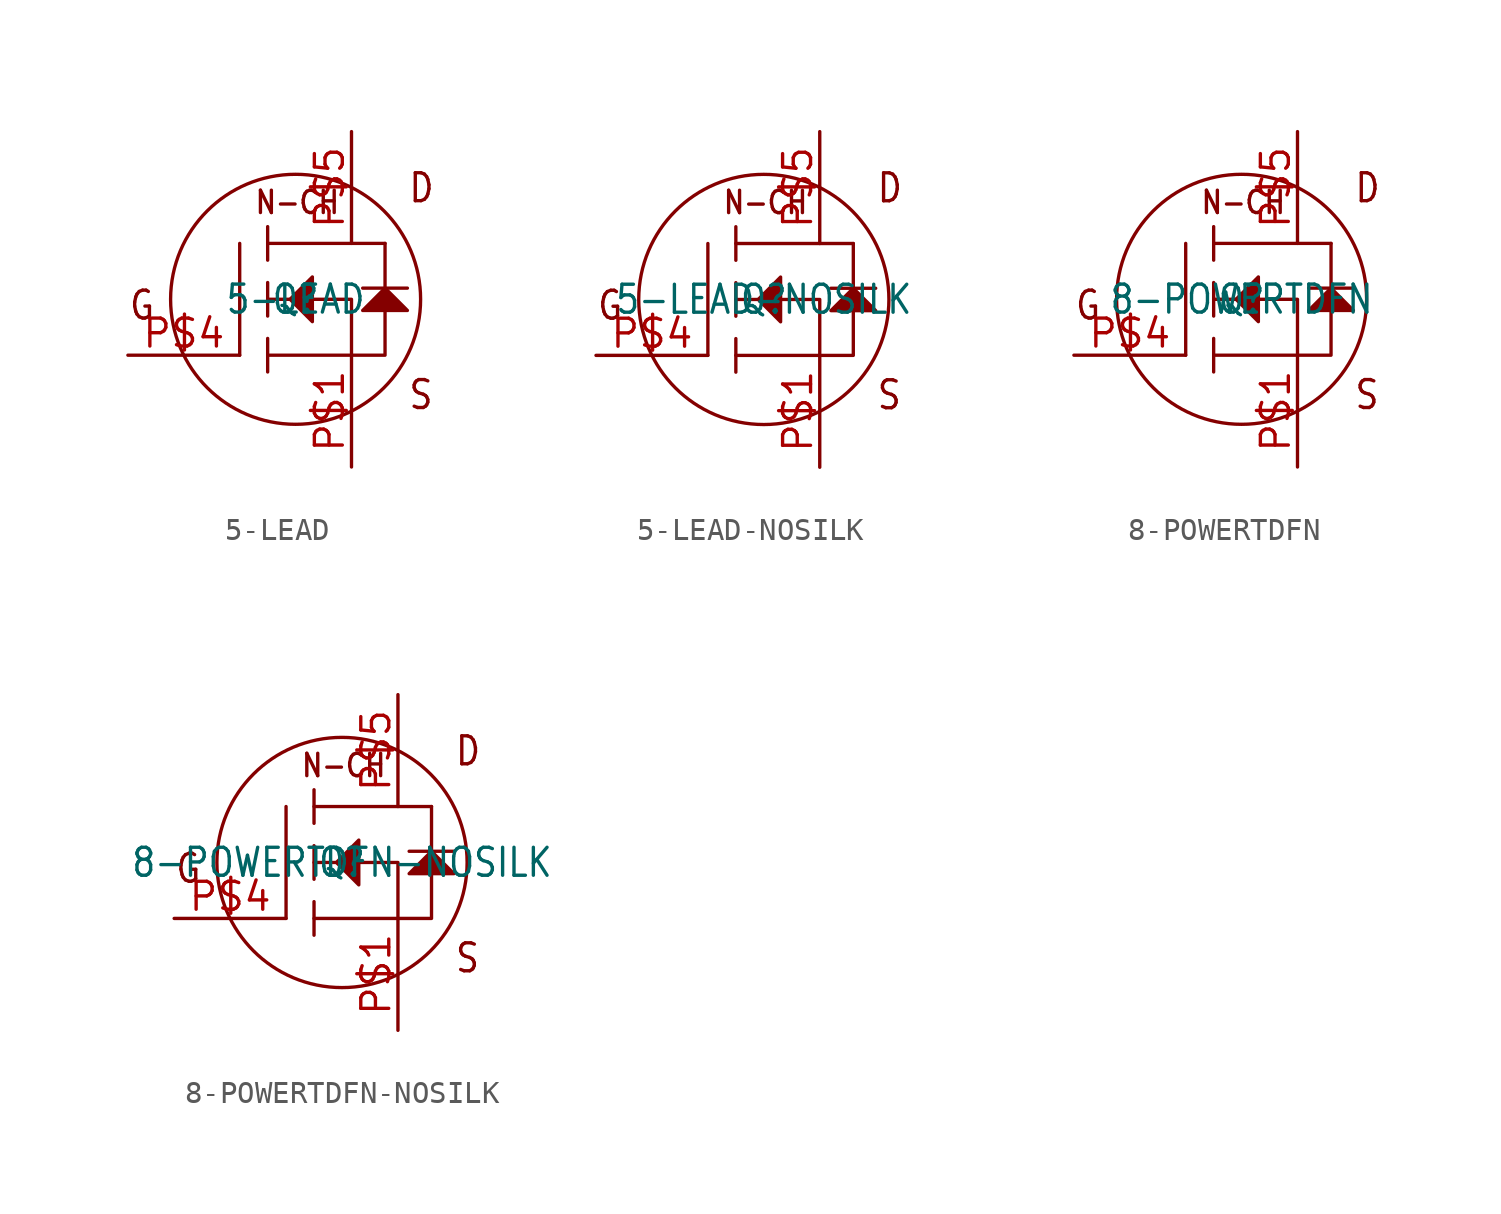
<source format=kicad_sym>
(kicad_symbol_lib
  (version 20211014)
  (generator kicad_symbol_editor)
  (symbol "5-LEAD"
    (pin_names
      (offset 1.016) hide)
    (property "Reference" "Q"
      (at 0 0 0)
      (effects (font (size 1.27 1.086))))
    (property "Value" "5-LEAD"
      (at 0 0 0)
      (effects (font (size 1.27 1.086))))
    (symbol "5-LEAD_0_0"
      (text "G" (at -7.62 -1.016 0) (effects (font (size 1.27 1.086)) (justify left bottom)))
      (text "D" (at 5.08 4.318 0) (effects (font (size 1.27 1.086)) (justify left bottom)))
      (text "S" (at 5.08 -5.08 0) (effects (font (size 1.27 1.086)) (justify left bottom)))
      (text "N-CH" (at -1.905 3.81 0) (effects (font (size 1.016 0.869)) (justify left bottom))))
    (symbol "5-LEAD_0_1"
      (polyline (pts (xy -0.254 0) (xy 0.762 1.016) (xy 0.762 -1.016) (xy -0.254 0)) (stroke (width 0.152) (type default) (color 0 0 0 0)) (fill (type outline)))
      (polyline (pts (xy 3.048 -0.508) (xy 5.08 -0.508) (xy 4.064 0.508) (xy 3.048 -0.508)) (stroke (width 0.152) (type default) (color 0 0 0 0)) (fill (type outline)))
      (polyline (pts (xy -2.54 -2.54) (xy -2.54 2.54)) (stroke (width 0.152) (type default) (color 0 0 0 0)))
      (polyline (pts (xy 2.54 -2.54) (xy -1.27 -2.54)) (stroke (width 0.152) (type default) (color 0 0 0 0)))
      (polyline (pts (xy 2.54 -2.54) (xy 2.54 0.0) (xy -1.27 0.0)) (stroke (width 0.152) (type default) (color 0 0 0 0)))
      (polyline (pts (xy 4.064 2.54) (xy -1.27 2.54)) (stroke (width 0.152) (type default) (color 0 0 0 0)))
      (polyline (pts (xy -1.27 3.302) (xy -1.27 1.778)) (stroke (width 0.152) (type default) (color 0 0 0 0)))
      (polyline (pts (xy -1.27 0.762) (xy -1.27 -0.762)) (stroke (width 0.152) (type default) (color 0 0 0 0)))
      (polyline (pts (xy -1.27 -1.778) (xy -1.27 -3.302)) (stroke (width 0.152) (type default) (color 0 0 0 0)))
      (polyline (pts (xy 2.54 -2.54) (xy 4.064 -2.54) (xy 4.064 2.54)) (stroke (width 0.152) (type default) (color 0 0 0 0)))
      (polyline (pts (xy 3.048 0.508) (xy 5.08 0.508)) (stroke (width 0.152) (type default) (color 0 0 0 0)))
      (circle (center 0 0) (radius 5.68) (stroke (width 0.152) (type default) (color 0 0 0 0))))
    (symbol "5-LEAD_1_1"
      (pin bidirectional line (at -7.62 -2.54 0) (length 5.08) (name "GATE" (effects (font (size 1.27 1.086)))) (number "P$4" (effects (font (size 1.27 1.086)))))
      (pin bidirectional line (at 2.54 -7.62 90) (length 5.08) (name "SOURCE" (effects (font (size 1.27 1.086)))) (number "P$1" (effects (font (size 1.27 1.086)))))
      (pin bidirectional line (at 2.54 -7.62 90) (length 5.08) hide (name "SOURCE" (effects (font (size 1.27 1.086)))) (number "P$2" (effects (font (size 1.27 1.086)))))
      (pin bidirectional line (at 2.54 -7.62 90) (length 5.08) hide (name "SOURCE" (effects (font (size 1.27 1.086)))) (number "P$3" (effects (font (size 1.27 1.086)))))
      (pin bidirectional line (at 2.54 7.62 270) (length 5.08) (name "DRAIN" (effects (font (size 1.27 1.086)))) (number "P$5" (effects (font (size 1.27 1.086)))))
      (pin bidirectional line (at 2.54 7.62 270) (length 5.08) hide (name "DRAIN" (effects (font (size 1.27 1.086)))) (number "P$8" (effects (font (size 1.27 1.086)))))
      (pin bidirectional line (at 2.54 7.62 270) (length 5.08) hide (name "DRAIN" (effects (font (size 1.27 1.086)))) (number "TAB" (effects (font (size 1.27 1.086)))))
      (pin bidirectional line (at 2.54 7.62 270) (length 5.08) hide (name "DRAIN" (effects (font (size 1.27 1.086)))) (number "TAB$1" (effects (font (size 1.27 1.086)))))
      (pin bidirectional line (at 2.54 7.62 270) (length 5.08) hide (name "DRAIN" (effects (font (size 1.27 1.086)))) (number "TAB$2" (effects (font (size 1.27 1.086)))))))
  (symbol "5-LEAD-NOSILK"
    (pin_names
      (offset 1.016) hide)
    (property "Reference" "Q"
      (at 0 0 0)
      (effects (font (size 1.27 1.086))))
    (property "Value" "5-LEAD-NOSILK"
      (at 0 0 0)
      (effects (font (size 1.27 1.086))))
    (symbol "5-LEAD-NOSILK_0_0"
      (text "G" (at -7.62 -1.016 0) (effects (font (size 1.27 1.086)) (justify left bottom)))
      (text "D" (at 5.08 4.318 0) (effects (font (size 1.27 1.086)) (justify left bottom)))
      (text "S" (at 5.08 -5.08 0) (effects (font (size 1.27 1.086)) (justify left bottom)))
      (text "N-CH" (at -1.905 3.81 0) (effects (font (size 1.016 0.869)) (justify left bottom))))
    (symbol "5-LEAD-NOSILK_0_1"
      (polyline (pts (xy -0.254 0) (xy 0.762 1.016) (xy 0.762 -1.016) (xy -0.254 0)) (stroke (width 0.152) (type default) (color 0 0 0 0)) (fill (type outline)))
      (polyline (pts (xy 3.048 -0.508) (xy 5.08 -0.508) (xy 4.064 0.508) (xy 3.048 -0.508)) (stroke (width 0.152) (type default) (color 0 0 0 0)) (fill (type outline)))
      (polyline (pts (xy -2.54 -2.54) (xy -2.54 2.54)) (stroke (width 0.152) (type default) (color 0 0 0 0)))
      (polyline (pts (xy 2.54 -2.54) (xy -1.27 -2.54)) (stroke (width 0.152) (type default) (color 0 0 0 0)))
      (polyline (pts (xy 2.54 -2.54) (xy 2.54 0.0) (xy -1.27 0.0)) (stroke (width 0.152) (type default) (color 0 0 0 0)))
      (polyline (pts (xy 4.064 2.54) (xy -1.27 2.54)) (stroke (width 0.152) (type default) (color 0 0 0 0)))
      (polyline (pts (xy -1.27 3.302) (xy -1.27 1.778)) (stroke (width 0.152) (type default) (color 0 0 0 0)))
      (polyline (pts (xy -1.27 0.762) (xy -1.27 -0.762)) (stroke (width 0.152) (type default) (color 0 0 0 0)))
      (polyline (pts (xy -1.27 -1.778) (xy -1.27 -3.302)) (stroke (width 0.152) (type default) (color 0 0 0 0)))
      (polyline (pts (xy 2.54 -2.54) (xy 4.064 -2.54) (xy 4.064 2.54)) (stroke (width 0.152) (type default) (color 0 0 0 0)))
      (polyline (pts (xy 3.048 0.508) (xy 5.08 0.508)) (stroke (width 0.152) (type default) (color 0 0 0 0)))
      (circle (center 0 0) (radius 5.68) (stroke (width 0.152) (type default) (color 0 0 0 0))))
    (symbol "5-LEAD-NOSILK_1_1"
      (pin bidirectional line (at -7.62 -2.54 0) (length 5.08) (name "GATE" (effects (font (size 1.27 1.086)))) (number "P$4" (effects (font (size 1.27 1.086)))))
      (pin bidirectional line (at 2.54 -7.62 90) (length 5.08) (name "SOURCE" (effects (font (size 1.27 1.086)))) (number "P$1" (effects (font (size 1.27 1.086)))))
      (pin bidirectional line (at 2.54 -7.62 90) (length 5.08) hide (name "SOURCE" (effects (font (size 1.27 1.086)))) (number "P$2" (effects (font (size 1.27 1.086)))))
      (pin bidirectional line (at 2.54 -7.62 90) (length 5.08) hide (name "SOURCE" (effects (font (size 1.27 1.086)))) (number "P$3" (effects (font (size 1.27 1.086)))))
      (pin bidirectional line (at 2.54 7.62 270) (length 5.08) (name "DRAIN" (effects (font (size 1.27 1.086)))) (number "P$5" (effects (font (size 1.27 1.086)))))
      (pin bidirectional line (at 2.54 7.62 270) (length 5.08) hide (name "DRAIN" (effects (font (size 1.27 1.086)))) (number "P$8" (effects (font (size 1.27 1.086)))))
      (pin bidirectional line (at 2.54 7.62 270) (length 5.08) hide (name "DRAIN" (effects (font (size 1.27 1.086)))) (number "TAB" (effects (font (size 1.27 1.086)))))
      (pin bidirectional line (at 2.54 7.62 270) (length 5.08) hide (name "DRAIN" (effects (font (size 1.27 1.086)))) (number "TAB$1" (effects (font (size 1.27 1.086)))))
      (pin bidirectional line (at 2.54 7.62 270) (length 5.08) hide (name "DRAIN" (effects (font (size 1.27 1.086)))) (number "TAB$2" (effects (font (size 1.27 1.086)))))))
  (symbol "8-POWERTDFN"
    (pin_names
      (offset 1.016) hide)
    (property "Reference" "Q"
      (at 0 0 0)
      (effects (font (size 1.27 1.086))))
    (property "Value" "8-POWERTDFN"
      (at 0 0 0)
      (effects (font (size 1.27 1.086))))
    (symbol "8-POWERTDFN_0_0"
      (text "G" (at -7.62 -1.016 0) (effects (font (size 1.27 1.086)) (justify left bottom)))
      (text "D" (at 5.08 4.318 0) (effects (font (size 1.27 1.086)) (justify left bottom)))
      (text "S" (at 5.08 -5.08 0) (effects (font (size 1.27 1.086)) (justify left bottom)))
      (text "N-CH" (at -1.905 3.81 0) (effects (font (size 1.016 0.869)) (justify left bottom))))
    (symbol "8-POWERTDFN_0_1"
      (polyline (pts (xy -0.254 0) (xy 0.762 1.016) (xy 0.762 -1.016) (xy -0.254 0)) (stroke (width 0.152) (type default) (color 0 0 0 0)) (fill (type outline)))
      (polyline (pts (xy 3.048 -0.508) (xy 5.08 -0.508) (xy 4.064 0.508) (xy 3.048 -0.508)) (stroke (width 0.152) (type default) (color 0 0 0 0)) (fill (type outline)))
      (polyline (pts (xy -2.54 -2.54) (xy -2.54 2.54)) (stroke (width 0.152) (type default) (color 0 0 0 0)))
      (polyline (pts (xy 2.54 -2.54) (xy -1.27 -2.54)) (stroke (width 0.152) (type default) (color 0 0 0 0)))
      (polyline (pts (xy 2.54 -2.54) (xy 2.54 0.0) (xy -1.27 0.0)) (stroke (width 0.152) (type default) (color 0 0 0 0)))
      (polyline (pts (xy 4.064 2.54) (xy -1.27 2.54)) (stroke (width 0.152) (type default) (color 0 0 0 0)))
      (polyline (pts (xy -1.27 3.302) (xy -1.27 1.778)) (stroke (width 0.152) (type default) (color 0 0 0 0)))
      (polyline (pts (xy -1.27 0.762) (xy -1.27 -0.762)) (stroke (width 0.152) (type default) (color 0 0 0 0)))
      (polyline (pts (xy -1.27 -1.778) (xy -1.27 -3.302)) (stroke (width 0.152) (type default) (color 0 0 0 0)))
      (polyline (pts (xy 2.54 -2.54) (xy 4.064 -2.54) (xy 4.064 2.54)) (stroke (width 0.152) (type default) (color 0 0 0 0)))
      (polyline (pts (xy 3.048 0.508) (xy 5.08 0.508)) (stroke (width 0.152) (type default) (color 0 0 0 0)))
      (circle (center 0 0) (radius 5.68) (stroke (width 0.152) (type default) (color 0 0 0 0))))
    (symbol "8-POWERTDFN_1_1"
      (pin bidirectional line (at -7.62 -2.54 0) (length 5.08) (name "GATE" (effects (font (size 1.27 1.086)))) (number "P$4" (effects (font (size 1.27 1.086)))))
      (pin bidirectional line (at 2.54 -7.62 90) (length 5.08) (name "SOURCE" (effects (font (size 1.27 1.086)))) (number "P$1" (effects (font (size 1.27 1.086)))))
      (pin bidirectional line (at 2.54 -7.62 90) (length 5.08) hide (name "SOURCE" (effects (font (size 1.27 1.086)))) (number "P$2" (effects (font (size 1.27 1.086)))))
      (pin bidirectional line (at 2.54 -7.62 90) (length 5.08) hide (name "SOURCE" (effects (font (size 1.27 1.086)))) (number "P$3" (effects (font (size 1.27 1.086)))))
      (pin bidirectional line (at 2.54 7.62 270) (length 5.08) (name "DRAIN" (effects (font (size 1.27 1.086)))) (number "P$5" (effects (font (size 1.27 1.086)))))
      (pin bidirectional line (at 2.54 7.62 270) (length 5.08) hide (name "DRAIN" (effects (font (size 1.27 1.086)))) (number "P$6" (effects (font (size 1.27 1.086)))))
      (pin bidirectional line (at 2.54 7.62 270) (length 5.08) hide (name "DRAIN" (effects (font (size 1.27 1.086)))) (number "P$7" (effects (font (size 1.27 1.086)))))
      (pin bidirectional line (at 2.54 7.62 270) (length 5.08) hide (name "DRAIN" (effects (font (size 1.27 1.086)))) (number "P$8" (effects (font (size 1.27 1.086)))))
      (pin bidirectional line (at 2.54 7.62 270) (length 5.08) hide (name "DRAIN" (effects (font (size 1.27 1.086)))) (number "TAB" (effects (font (size 1.27 1.086)))))))
  (symbol "8-POWERTDFN-NOSILK"
    (pin_names
      (offset 1.016) hide)
    (property "Reference" "Q"
      (at 0 0 0)
      (effects (font (size 1.27 1.086))))
    (property "Value" "8-POWERTDFN-NOSILK"
      (at 0 0 0)
      (effects (font (size 1.27 1.086))))
    (symbol "8-POWERTDFN-NOSILK_0_0"
      (text "G" (at -7.62 -1.016 0) (effects (font (size 1.27 1.086)) (justify left bottom)))
      (text "D" (at 5.08 4.318 0) (effects (font (size 1.27 1.086)) (justify left bottom)))
      (text "S" (at 5.08 -5.08 0) (effects (font (size 1.27 1.086)) (justify left bottom)))
      (text "N-CH" (at -1.905 3.81 0) (effects (font (size 1.016 0.869)) (justify left bottom))))
    (symbol "8-POWERTDFN-NOSILK_0_1"
      (polyline (pts (xy -0.254 0) (xy 0.762 1.016) (xy 0.762 -1.016) (xy -0.254 0)) (stroke (width 0.152) (type default) (color 0 0 0 0)) (fill (type outline)))
      (polyline (pts (xy 3.048 -0.508) (xy 5.08 -0.508) (xy 4.064 0.508) (xy 3.048 -0.508)) (stroke (width 0.152) (type default) (color 0 0 0 0)) (fill (type outline)))
      (polyline (pts (xy -2.54 -2.54) (xy -2.54 2.54)) (stroke (width 0.152) (type default) (color 0 0 0 0)))
      (polyline (pts (xy 2.54 -2.54) (xy -1.27 -2.54)) (stroke (width 0.152) (type default) (color 0 0 0 0)))
      (polyline (pts (xy 2.54 -2.54) (xy 2.54 0.0) (xy -1.27 0.0)) (stroke (width 0.152) (type default) (color 0 0 0 0)))
      (polyline (pts (xy 4.064 2.54) (xy -1.27 2.54)) (stroke (width 0.152) (type default) (color 0 0 0 0)))
      (polyline (pts (xy -1.27 3.302) (xy -1.27 1.778)) (stroke (width 0.152) (type default) (color 0 0 0 0)))
      (polyline (pts (xy -1.27 0.762) (xy -1.27 -0.762)) (stroke (width 0.152) (type default) (color 0 0 0 0)))
      (polyline (pts (xy -1.27 -1.778) (xy -1.27 -3.302)) (stroke (width 0.152) (type default) (color 0 0 0 0)))
      (polyline (pts (xy 2.54 -2.54) (xy 4.064 -2.54) (xy 4.064 2.54)) (stroke (width 0.152) (type default) (color 0 0 0 0)))
      (polyline (pts (xy 3.048 0.508) (xy 5.08 0.508)) (stroke (width 0.152) (type default) (color 0 0 0 0)))
      (circle (center 0 0) (radius 5.68) (stroke (width 0.152) (type default) (color 0 0 0 0))))
    (symbol "8-POWERTDFN-NOSILK_1_1"
      (pin bidirectional line (at -7.62 -2.54 0) (length 5.08) (name "GATE" (effects (font (size 1.27 1.086)))) (number "P$4" (effects (font (size 1.27 1.086)))))
      (pin bidirectional line (at 2.54 -7.62 90) (length 5.08) (name "SOURCE" (effects (font (size 1.27 1.086)))) (number "P$1" (effects (font (size 1.27 1.086)))))
      (pin bidirectional line (at 2.54 -7.62 90) (length 5.08) hide (name "SOURCE" (effects (font (size 1.27 1.086)))) (number "P$2" (effects (font (size 1.27 1.086)))))
      (pin bidirectional line (at 2.54 -7.62 90) (length 5.08) hide (name "SOURCE" (effects (font (size 1.27 1.086)))) (number "P$3" (effects (font (size 1.27 1.086)))))
      (pin bidirectional line (at 2.54 7.62 270) (length 5.08) (name "DRAIN" (effects (font (size 1.27 1.086)))) (number "P$5" (effects (font (size 1.27 1.086)))))
      (pin bidirectional line (at 2.54 7.62 270) (length 5.08) hide (name "DRAIN" (effects (font (size 1.27 1.086)))) (number "P$6" (effects (font (size 1.27 1.086)))))
      (pin bidirectional line (at 2.54 7.62 270) (length 5.08) hide (name "DRAIN" (effects (font (size 1.27 1.086)))) (number "P$7" (effects (font (size 1.27 1.086)))))
      (pin bidirectional line (at 2.54 7.62 270) (length 5.08) hide (name "DRAIN" (effects (font (size 1.27 1.086)))) (number "P$8" (effects (font (size 1.27 1.086)))))
      (pin bidirectional line (at 2.54 7.62 270) (length 5.08) hide (name "DRAIN" (effects (font (size 1.27 1.086)))) (number "TAB" (effects (font (size 1.27 1.086))))))))
</source>
